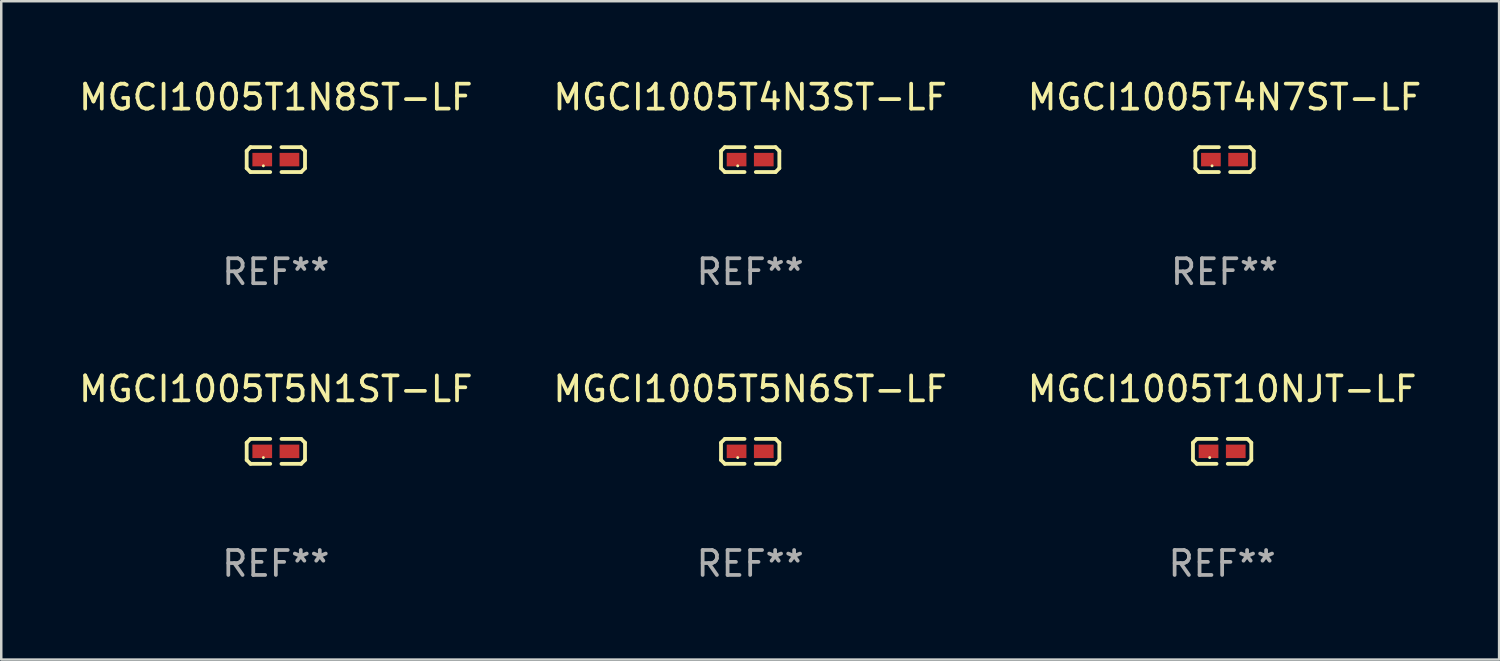
<source format=kicad_pcb>
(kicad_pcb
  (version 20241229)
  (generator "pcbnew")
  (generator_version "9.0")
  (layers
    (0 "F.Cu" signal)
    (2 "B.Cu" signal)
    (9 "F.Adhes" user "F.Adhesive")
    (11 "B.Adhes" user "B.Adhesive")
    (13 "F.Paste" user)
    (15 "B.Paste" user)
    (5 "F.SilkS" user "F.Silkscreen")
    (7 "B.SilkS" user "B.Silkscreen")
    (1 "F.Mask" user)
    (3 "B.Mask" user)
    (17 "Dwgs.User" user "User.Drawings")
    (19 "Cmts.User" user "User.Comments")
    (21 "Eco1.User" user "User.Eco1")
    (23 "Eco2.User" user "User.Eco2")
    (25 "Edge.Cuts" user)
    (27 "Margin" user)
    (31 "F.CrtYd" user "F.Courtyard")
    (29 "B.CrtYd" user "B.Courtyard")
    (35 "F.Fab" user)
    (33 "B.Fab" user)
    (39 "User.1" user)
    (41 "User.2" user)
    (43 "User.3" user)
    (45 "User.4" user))
  (footprint "MGCI1005T4N7ST-LF"
    (layer "F.Cu")
    (at 46.03 3.347)
    (property "Reference" "MGCI1005T4N7ST-LF" (at 0 -2.499 0) (layer "F.SilkS") (effects (font (size 1 1) (thickness 0.15))))
    (attr through_hole)
    (fp_line (start -1.169 -0.346) (end -1.016 -0.499) (stroke (width 0.152) (type solid)) (layer "F.SilkS"))
    (fp_line (start -1.169 0.346) (end -1.169 -0.346) (stroke (width 0.152) (type solid)) (layer "F.SilkS"))
    (fp_line (start -1.016 -0.499) (end -0.226 -0.499) (stroke (width 0.152) (type solid)) (layer "F.SilkS"))
    (fp_line (start -1.016 0.499) (end -1.169 0.346) (stroke (width 0.152) (type solid)) (layer "F.SilkS"))
    (fp_line (start -0.226 0.499) (end -1.016 0.499) (stroke (width 0.152) (type solid)) (layer "F.SilkS"))
    (fp_line (start 0.226 0.499) (end 1.016 0.499) (stroke (width 0.152) (type solid)) (layer "F.SilkS"))
    (fp_line (start 1.016 -0.499) (end 0.226 -0.499) (stroke (width 0.152) (type solid)) (layer "F.SilkS"))
    (fp_line (start 1.016 0.499) (end 1.169 0.346) (stroke (width 0.152) (type solid)) (layer "F.SilkS"))
    (fp_line (start 1.169 -0.346) (end 1.016 -0.499) (stroke (width 0.152) (type solid)) (layer "F.SilkS"))
    (fp_line (start 1.169 0.346) (end 1.169 -0.346) (stroke (width 0.152) (type solid)) (layer "F.SilkS"))
    (fp_circle (center -0.5 0.25) (end -0.47 0.25) (stroke (width 0.06) (type solid)) (fill no) (layer "F.SilkS"))
    (fp_text user "REF**" (at 0 4.499 0) (layer "F.Fab") (effects (font (size 1 1) (thickness 0.15))))
    (pad "1" smd rect (at -0.545 0) (size 0.79 0.54) (layers "F.Cu" "F.Mask" "F.Paste"))
    (pad "2" smd rect (at 0.545 0) (size 0.79 0.54) (layers "F.Cu" "F.Mask" "F.Paste")))
  (footprint "MGCI1005T10NJT-LF"
    (layer "F.Cu")
    (at 45.935 15.041)
    (property "Reference" "MGCI1005T10NJT-LF" (at 0 -2.499 0) (layer "F.SilkS") (effects (font (size 1 1) (thickness 0.15))))
    (attr through_hole)
    (fp_line (start -1.169 -0.346) (end -1.016 -0.499) (stroke (width 0.152) (type solid)) (layer "F.SilkS"))
    (fp_line (start -1.169 0.346) (end -1.169 -0.346) (stroke (width 0.152) (type solid)) (layer "F.SilkS"))
    (fp_line (start -1.016 -0.499) (end -0.226 -0.499) (stroke (width 0.152) (type solid)) (layer "F.SilkS"))
    (fp_line (start -1.016 0.499) (end -1.169 0.346) (stroke (width 0.152) (type solid)) (layer "F.SilkS"))
    (fp_line (start -0.226 0.499) (end -1.016 0.499) (stroke (width 0.152) (type solid)) (layer "F.SilkS"))
    (fp_line (start 0.226 0.499) (end 1.016 0.499) (stroke (width 0.152) (type solid)) (layer "F.SilkS"))
    (fp_line (start 1.016 -0.499) (end 0.226 -0.499) (stroke (width 0.152) (type solid)) (layer "F.SilkS"))
    (fp_line (start 1.016 0.499) (end 1.169 0.346) (stroke (width 0.152) (type solid)) (layer "F.SilkS"))
    (fp_line (start 1.169 -0.346) (end 1.016 -0.499) (stroke (width 0.152) (type solid)) (layer "F.SilkS"))
    (fp_line (start 1.169 0.346) (end 1.169 -0.346) (stroke (width 0.152) (type solid)) (layer "F.SilkS"))
    (fp_circle (center -0.5 0.25) (end -0.47 0.25) (stroke (width 0.06) (type solid)) (fill no) (layer "F.SilkS"))
    (fp_text user "REF**" (at 0 4.499 0) (layer "F.Fab") (effects (font (size 1 1) (thickness 0.15))))
    (pad "1" smd rect (at -0.545 0) (size 0.79 0.54) (layers "F.Cu" "F.Mask" "F.Paste"))
    (pad "2" smd rect (at 0.545 0) (size 0.79 0.54) (layers "F.Cu" "F.Mask" "F.Paste")))
  (footprint "MGCI1005T4N3ST-LF"
    (layer "F.Cu")
    (at 27.018 3.347)
    (property "Reference" "MGCI1005T4N3ST-LF" (at 0 -2.499 0) (layer "F.SilkS") (effects (font (size 1 1) (thickness 0.15))))
    (attr through_hole)
    (fp_line (start -1.169 -0.346) (end -1.016 -0.499) (stroke (width 0.152) (type solid)) (layer "F.SilkS"))
    (fp_line (start -1.169 0.346) (end -1.169 -0.346) (stroke (width 0.152) (type solid)) (layer "F.SilkS"))
    (fp_line (start -1.016 -0.499) (end -0.226 -0.499) (stroke (width 0.152) (type solid)) (layer "F.SilkS"))
    (fp_line (start -1.016 0.499) (end -1.169 0.346) (stroke (width 0.152) (type solid)) (layer "F.SilkS"))
    (fp_line (start -0.226 0.499) (end -1.016 0.499) (stroke (width 0.152) (type solid)) (layer "F.SilkS"))
    (fp_line (start 0.226 0.499) (end 1.016 0.499) (stroke (width 0.152) (type solid)) (layer "F.SilkS"))
    (fp_line (start 1.016 -0.499) (end 0.226 -0.499) (stroke (width 0.152) (type solid)) (layer "F.SilkS"))
    (fp_line (start 1.016 0.499) (end 1.169 0.346) (stroke (width 0.152) (type solid)) (layer "F.SilkS"))
    (fp_line (start 1.169 -0.346) (end 1.016 -0.499) (stroke (width 0.152) (type solid)) (layer "F.SilkS"))
    (fp_line (start 1.169 0.346) (end 1.169 -0.346) (stroke (width 0.152) (type solid)) (layer "F.SilkS"))
    (fp_circle (center -0.5 0.25) (end -0.47 0.25) (stroke (width 0.06) (type solid)) (fill no) (layer "F.SilkS"))
    (fp_text user "REF**" (at 0 4.499 0) (layer "F.Fab") (effects (font (size 1 1) (thickness 0.15))))
    (pad "1" smd rect (at -0.545 0) (size 0.79 0.54) (layers "F.Cu" "F.Mask" "F.Paste"))
    (pad "2" smd rect (at 0.545 0) (size 0.79 0.54) (layers "F.Cu" "F.Mask" "F.Paste")))
  (footprint "MGCI1005T5N6ST-LF"
    (layer "F.Cu")
    (at 27.018 15.041)
    (property "Reference" "MGCI1005T5N6ST-LF" (at 0 -2.499 0) (layer "F.SilkS") (effects (font (size 1 1) (thickness 0.15))))
    (attr through_hole)
    (fp_line (start -1.169 -0.346) (end -1.016 -0.499) (stroke (width 0.152) (type solid)) (layer "F.SilkS"))
    (fp_line (start -1.169 0.346) (end -1.169 -0.346) (stroke (width 0.152) (type solid)) (layer "F.SilkS"))
    (fp_line (start -1.016 -0.499) (end -0.226 -0.499) (stroke (width 0.152) (type solid)) (layer "F.SilkS"))
    (fp_line (start -1.016 0.499) (end -1.169 0.346) (stroke (width 0.152) (type solid)) (layer "F.SilkS"))
    (fp_line (start -0.226 0.499) (end -1.016 0.499) (stroke (width 0.152) (type solid)) (layer "F.SilkS"))
    (fp_line (start 0.226 0.499) (end 1.016 0.499) (stroke (width 0.152) (type solid)) (layer "F.SilkS"))
    (fp_line (start 1.016 -0.499) (end 0.226 -0.499) (stroke (width 0.152) (type solid)) (layer "F.SilkS"))
    (fp_line (start 1.016 0.499) (end 1.169 0.346) (stroke (width 0.152) (type solid)) (layer "F.SilkS"))
    (fp_line (start 1.169 -0.346) (end 1.016 -0.499) (stroke (width 0.152) (type solid)) (layer "F.SilkS"))
    (fp_line (start 1.169 0.346) (end 1.169 -0.346) (stroke (width 0.152) (type solid)) (layer "F.SilkS"))
    (fp_circle (center -0.5 0.25) (end -0.47 0.25) (stroke (width 0.06) (type solid)) (fill no) (layer "F.SilkS"))
    (fp_text user "REF**" (at 0 4.499 0) (layer "F.Fab") (effects (font (size 1 1) (thickness 0.15))))
    (pad "1" smd rect (at -0.545 0) (size 0.79 0.54) (layers "F.Cu" "F.Mask" "F.Paste"))
    (pad "2" smd rect (at 0.545 0) (size 0.79 0.54) (layers "F.Cu" "F.Mask" "F.Paste")))
  (footprint "MGCI1005T5N1ST-LF"
    (layer "F.Cu")
    (at 8.006 15.041)
    (property "Reference" "MGCI1005T5N1ST-LF" (at 0 -2.499 0) (layer "F.SilkS") (effects (font (size 1 1) (thickness 0.15))))
    (attr through_hole)
    (fp_line (start -1.169 -0.346) (end -1.016 -0.499) (stroke (width 0.152) (type solid)) (layer "F.SilkS"))
    (fp_line (start -1.169 0.346) (end -1.169 -0.346) (stroke (width 0.152) (type solid)) (layer "F.SilkS"))
    (fp_line (start -1.016 -0.499) (end -0.226 -0.499) (stroke (width 0.152) (type solid)) (layer "F.SilkS"))
    (fp_line (start -1.016 0.499) (end -1.169 0.346) (stroke (width 0.152) (type solid)) (layer "F.SilkS"))
    (fp_line (start -0.226 0.499) (end -1.016 0.499) (stroke (width 0.152) (type solid)) (layer "F.SilkS"))
    (fp_line (start 0.226 0.499) (end 1.016 0.499) (stroke (width 0.152) (type solid)) (layer "F.SilkS"))
    (fp_line (start 1.016 -0.499) (end 0.226 -0.499) (stroke (width 0.152) (type solid)) (layer "F.SilkS"))
    (fp_line (start 1.016 0.499) (end 1.169 0.346) (stroke (width 0.152) (type solid)) (layer "F.SilkS"))
    (fp_line (start 1.169 -0.346) (end 1.016 -0.499) (stroke (width 0.152) (type solid)) (layer "F.SilkS"))
    (fp_line (start 1.169 0.346) (end 1.169 -0.346) (stroke (width 0.152) (type solid)) (layer "F.SilkS"))
    (fp_circle (center -0.5 0.25) (end -0.47 0.25) (stroke (width 0.06) (type solid)) (fill no) (layer "F.SilkS"))
    (fp_text user "REF**" (at 0 4.499 0) (layer "F.Fab") (effects (font (size 1 1) (thickness 0.15))))
    (pad "1" smd rect (at -0.545 0) (size 0.79 0.54) (layers "F.Cu" "F.Mask" "F.Paste"))
    (pad "2" smd rect (at 0.545 0) (size 0.79 0.54) (layers "F.Cu" "F.Mask" "F.Paste")))
  (footprint "MGCI1005T1N8ST-LF"
    (layer "F.Cu")
    (at 8.006 3.347)
    (property "Reference" "MGCI1005T1N8ST-LF" (at 0 -2.499 0) (layer "F.SilkS") (effects (font (size 1 1) (thickness 0.15))))
    (attr through_hole)
    (fp_line (start -1.169 -0.346) (end -1.016 -0.499) (stroke (width 0.152) (type solid)) (layer "F.SilkS"))
    (fp_line (start -1.169 0.346) (end -1.169 -0.346) (stroke (width 0.152) (type solid)) (layer "F.SilkS"))
    (fp_line (start -1.016 -0.499) (end -0.226 -0.499) (stroke (width 0.152) (type solid)) (layer "F.SilkS"))
    (fp_line (start -1.016 0.499) (end -1.169 0.346) (stroke (width 0.152) (type solid)) (layer "F.SilkS"))
    (fp_line (start -0.226 0.499) (end -1.016 0.499) (stroke (width 0.152) (type solid)) (layer "F.SilkS"))
    (fp_line (start 0.226 0.499) (end 1.016 0.499) (stroke (width 0.152) (type solid)) (layer "F.SilkS"))
    (fp_line (start 1.016 -0.499) (end 0.226 -0.499) (stroke (width 0.152) (type solid)) (layer "F.SilkS"))
    (fp_line (start 1.016 0.499) (end 1.169 0.346) (stroke (width 0.152) (type solid)) (layer "F.SilkS"))
    (fp_line (start 1.169 -0.346) (end 1.016 -0.499) (stroke (width 0.152) (type solid)) (layer "F.SilkS"))
    (fp_line (start 1.169 0.346) (end 1.169 -0.346) (stroke (width 0.152) (type solid)) (layer "F.SilkS"))
    (fp_circle (center -0.5 0.25) (end -0.47 0.25) (stroke (width 0.06) (type solid)) (fill no) (layer "F.SilkS"))
    (fp_text user "REF**" (at 0 4.499 0) (layer "F.Fab") (effects (font (size 1 1) (thickness 0.15))))
    (pad "1" smd rect (at -0.545 0) (size 0.79 0.54) (layers "F.Cu" "F.Mask" "F.Paste"))
    (pad "2" smd rect (at 0.545 0) (size 0.79 0.54) (layers "F.Cu" "F.Mask" "F.Paste")))
  (gr_rect
    (start -3 -3)
    (end 57.036 23.387)
    (stroke (width 0.1) (type default))
    (fill no)
    (layer "Edge.Cuts")))
</source>
